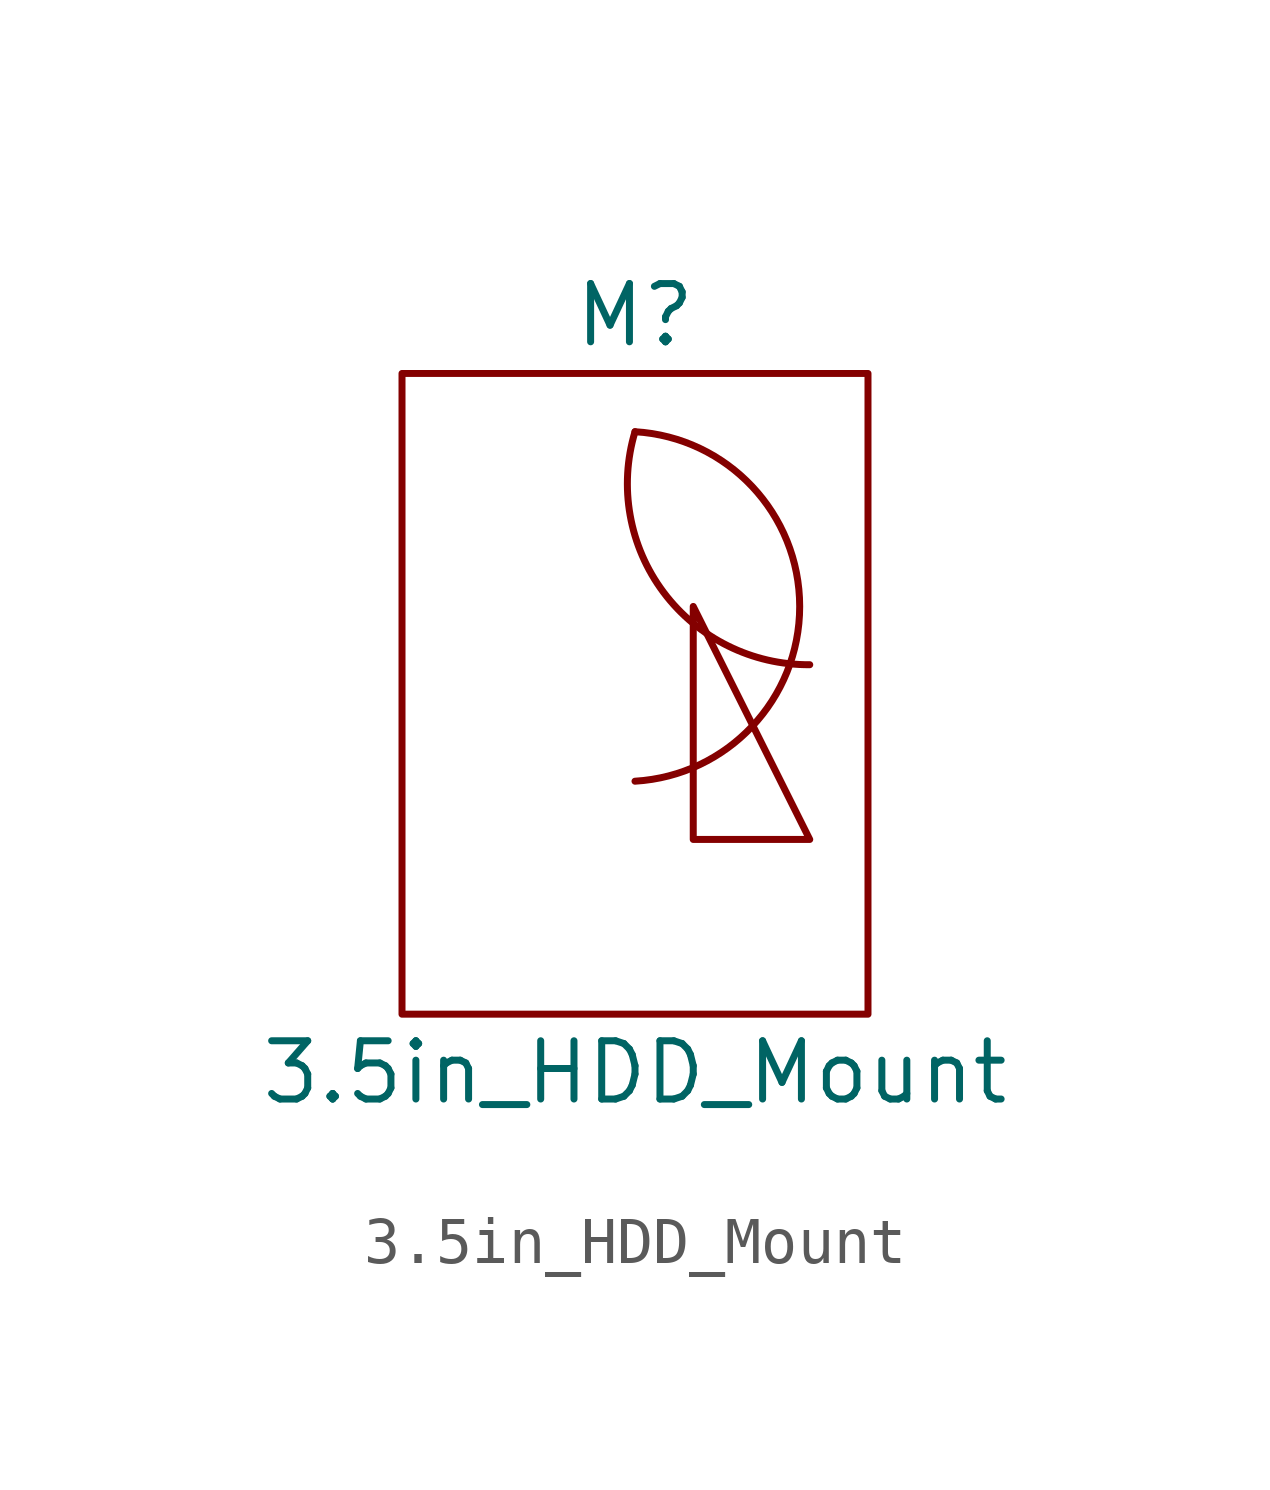
<source format=kicad_sym>
(kicad_symbol_lib
  (version 20211014)
  (generator kicad_symbol_editor)
  (symbol "3.5in_HDD_Mount"
    (property "Reference" "M"
      (at 0 8.89 0)
      (effects (font (size 1.27 1.27))))
    (property "Value" "3.5in_HDD_Mount"
      (at 0 -7.62 0)
      (effects (font (size 1.27 1.27))))
    (symbol "3.5in_HDD_Mount_0_1"
      (rectangle (start -5.08 7.62) (end 5.08 -6.35) (stroke (width 0) (type default) (color 0 0 0 0)) (fill (type none)))
      (arc (start 0 -1.27) (mid 4.0428 2.54) (end 0 6.35) (stroke (width 0) (type default) (color 0 0 0 0)) (fill (type none)))
      (polyline (pts (xy 3.81 -2.54) (xy 1.27 2.54) (xy 1.27 -2.54) (xy 3.81 -2.54)) (stroke (width 0) (type default) (color 0 0 0 0)) (fill (type none)))
      (arc (start 0 6.35) (mid -3.1265 0.0363) (end 3.81 1.27) (stroke (width 0) (type default) (color 0 0 0 0)) (fill (type none))))))
</source>
